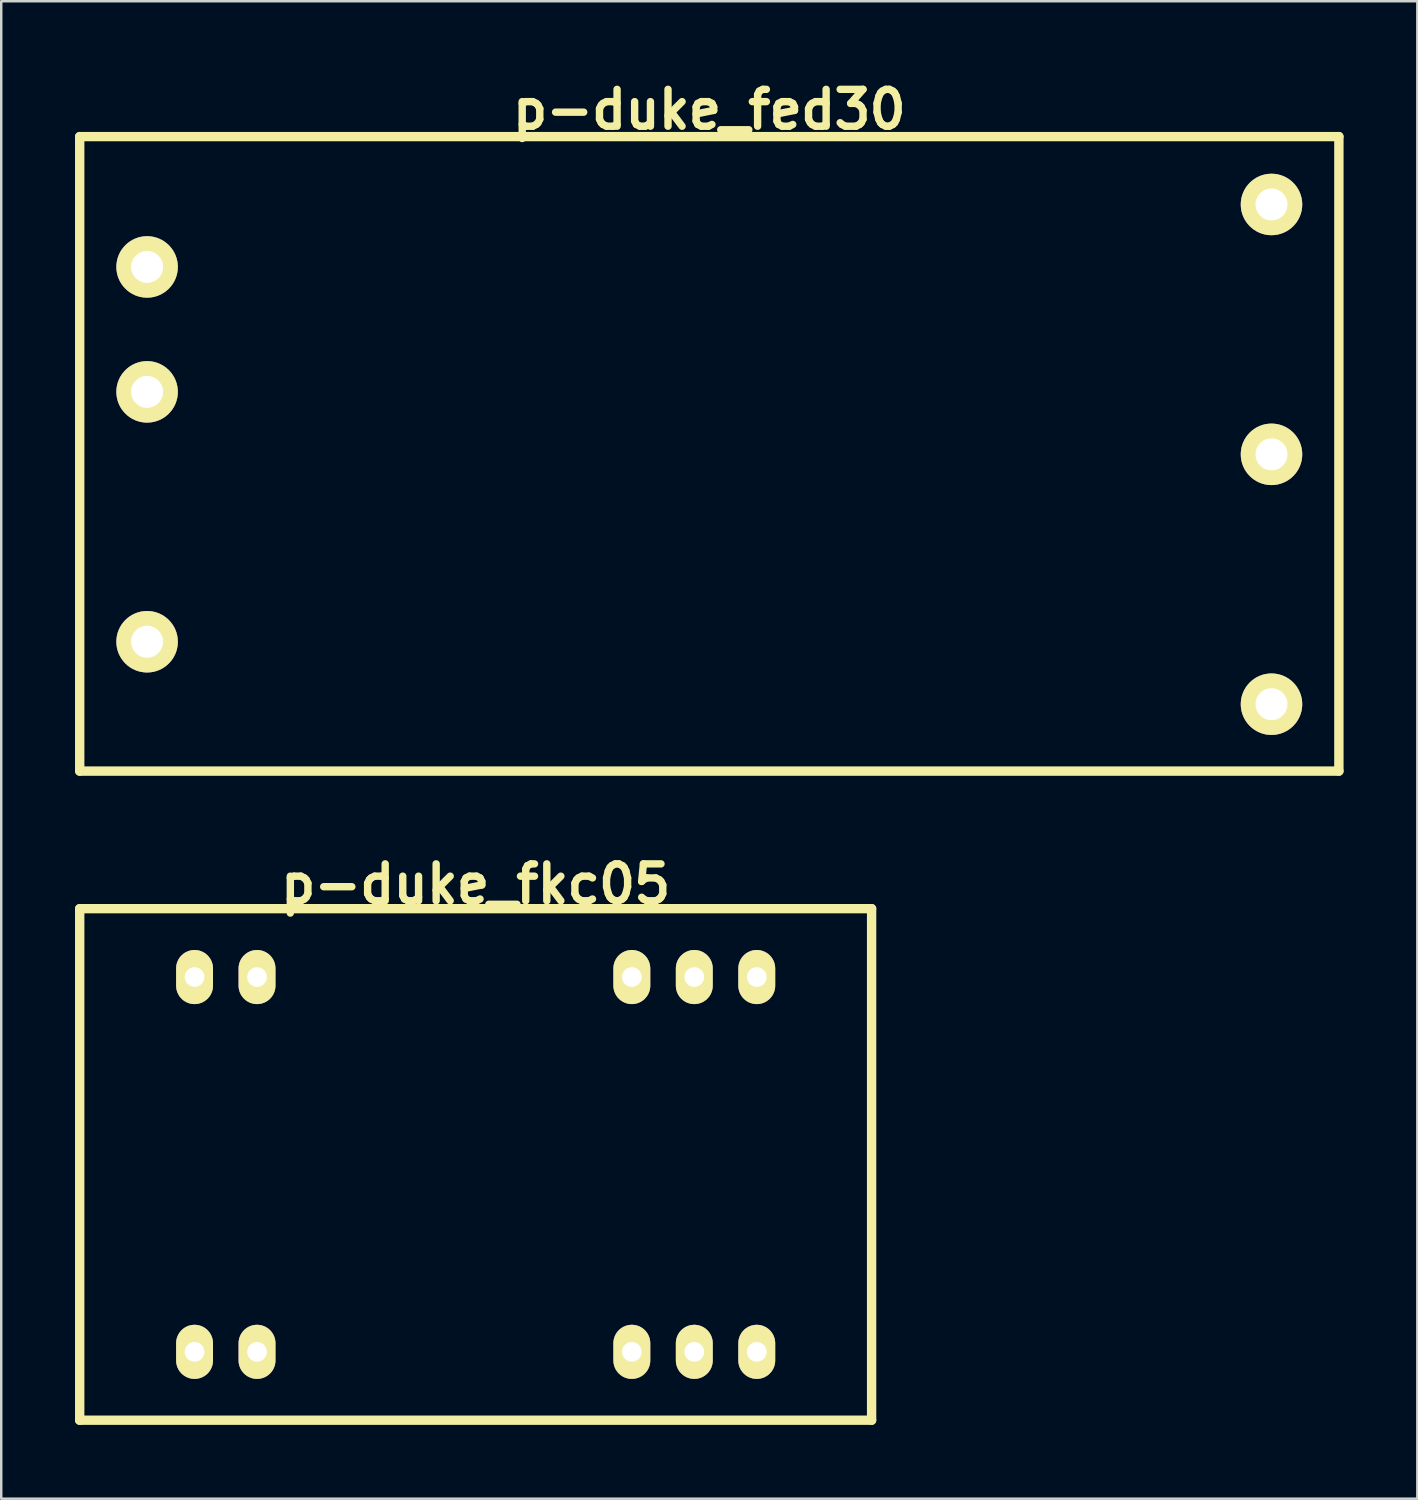
<source format=kicad_pcb>
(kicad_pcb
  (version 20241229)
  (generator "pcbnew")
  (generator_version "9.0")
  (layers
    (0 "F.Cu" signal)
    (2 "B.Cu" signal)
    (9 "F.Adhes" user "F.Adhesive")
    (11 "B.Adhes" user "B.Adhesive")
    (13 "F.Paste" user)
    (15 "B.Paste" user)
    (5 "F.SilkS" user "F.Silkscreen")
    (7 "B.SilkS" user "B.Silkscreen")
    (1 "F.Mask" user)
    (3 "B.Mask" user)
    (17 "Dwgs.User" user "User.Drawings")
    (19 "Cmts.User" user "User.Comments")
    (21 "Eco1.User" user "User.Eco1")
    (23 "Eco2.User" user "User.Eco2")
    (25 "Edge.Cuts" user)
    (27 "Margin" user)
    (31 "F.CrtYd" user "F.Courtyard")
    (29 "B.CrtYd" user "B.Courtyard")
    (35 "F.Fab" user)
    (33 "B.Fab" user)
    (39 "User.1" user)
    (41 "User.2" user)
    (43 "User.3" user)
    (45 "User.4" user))
  (footprint "p-duke_fkc05"
    (layer "F.Cu")
    (at 16.291 44.298)
    (property "Reference" "p-duke_fkc05" (at 0 -11.4 0) (layer "F.SilkS") (effects (font (size 1.5 1.5) (thickness 0.3))))
    (attr through_hole)
    (fp_line (start -16.1 -10.4) (end 16.1 -10.4) (stroke (width 0.381) (type solid)) (layer "F.SilkS"))
    (fp_line (start -16.1 10.4) (end -16.1 -10.4) (stroke (width 0.381) (type solid)) (layer "F.SilkS"))
    (fp_line (start 16.1 -10.4) (end 16.1 10.4) (stroke (width 0.381) (type solid)) (layer "F.SilkS"))
    (fp_line (start 16.1 10.4) (end -16.1 10.4) (stroke (width 0.381) (type solid)) (layer "F.SilkS"))
    (pad "2" thru_hole oval (at -11.43 7.62) (size 1.5 2.2) (drill 0.8) (layers "*.Cu" "*.Mask" "F.SilkS"))
    (pad "3" thru_hole oval (at -8.89 7.62) (size 1.5 2.2) (drill 0.8) (layers "*.Cu" "*.Mask" "F.SilkS"))
    (pad "9" thru_hole oval (at 6.35 7.62) (size 1.5 2.2) (drill 0.8) (layers "*.Cu" "*.Mask" "F.SilkS"))
    (pad "10" thru_hole oval (at 8.89 7.62) (size 1.5 2.2) (drill 0.8) (layers "*.Cu" "*.Mask" "F.SilkS"))
    (pad "11" thru_hole oval (at 11.43 7.62) (size 1.5 2.2) (drill 0.8) (layers "*.Cu" "*.Mask" "F.SilkS"))
    (pad "14" thru_hole oval (at 11.43 -7.62) (size 1.5 2.2) (drill 0.8) (layers "*.Cu" "*.Mask" "F.SilkS"))
    (pad "15" thru_hole oval (at 8.89 -7.62) (size 1.5 2.2) (drill 0.8) (layers "*.Cu" "*.Mask" "F.SilkS"))
    (pad "16" thru_hole oval (at 6.35 -7.62) (size 1.5 2.2) (drill 0.8) (layers "*.Cu" "*.Mask" "F.SilkS"))
    (pad "22" thru_hole oval (at -8.89 -7.62) (size 1.5 2.2) (drill 0.8) (layers "*.Cu" "*.Mask" "F.SilkS"))
    (pad "23" thru_hole oval (at -11.43 -7.62) (size 1.5 2.2) (drill 0.8) (layers "*.Cu" "*.Mask" "F.SilkS")))
  (footprint "p-duke_fed30"
    (layer "F.Cu")
    (at 25.791 15.404)
    (property "Reference" "p-duke_fed30" (at 0 -14 180) (layer "F.SilkS") (effects (font (size 1.5 1.5) (thickness 0.3))))
    (attr through_hole)
    (fp_line (start -25.6 -12.9) (end 25.6 -12.9) (stroke (width 0.381) (type solid)) (layer "F.SilkS"))
    (fp_line (start -25.6 12.9) (end -25.6 -12.9) (stroke (width 0.381) (type solid)) (layer "F.SilkS"))
    (fp_line (start 25.6 -12.9) (end 25.6 12.9) (stroke (width 0.381) (type solid)) (layer "F.SilkS"))
    (fp_line (start 25.6 12.9) (end -25.6 12.9) (stroke (width 0.381) (type solid)) (layer "F.SilkS"))
    (pad "1" thru_hole circle (at -22.86 -7.6) (size 2.5 2.5) (drill 1.3) (layers "*.Cu" "*.Mask" "F.SilkS"))
    (pad "2" thru_hole circle (at -22.86 -2.52) (size 2.5 2.5) (drill 1.3) (layers "*.Cu" "*.Mask" "F.SilkS"))
    (pad "3" thru_hole circle (at -22.86 7.64) (size 2.5 2.5) (drill 1.3) (layers "*.Cu" "*.Mask" "F.SilkS"))
    (pad "4" thru_hole circle (at 22.86 10.18) (size 2.5 2.5) (drill 1.3) (layers "*.Cu" "*.Mask" "F.SilkS"))
    (pad "5" thru_hole circle (at 22.86 0.02) (size 2.5 2.5) (drill 1.3) (layers "*.Cu" "*.Mask" "F.SilkS"))
    (pad "6" thru_hole circle (at 22.86 -10.14) (size 2.5 2.5) (drill 1.3) (layers "*.Cu" "*.Mask" "F.SilkS")))
  (gr_rect
    (start -3 -3)
    (end 54.581 57.889)
    (stroke (width 0.1) (type default))
    (fill no)
    (layer "Edge.Cuts")))
</source>
